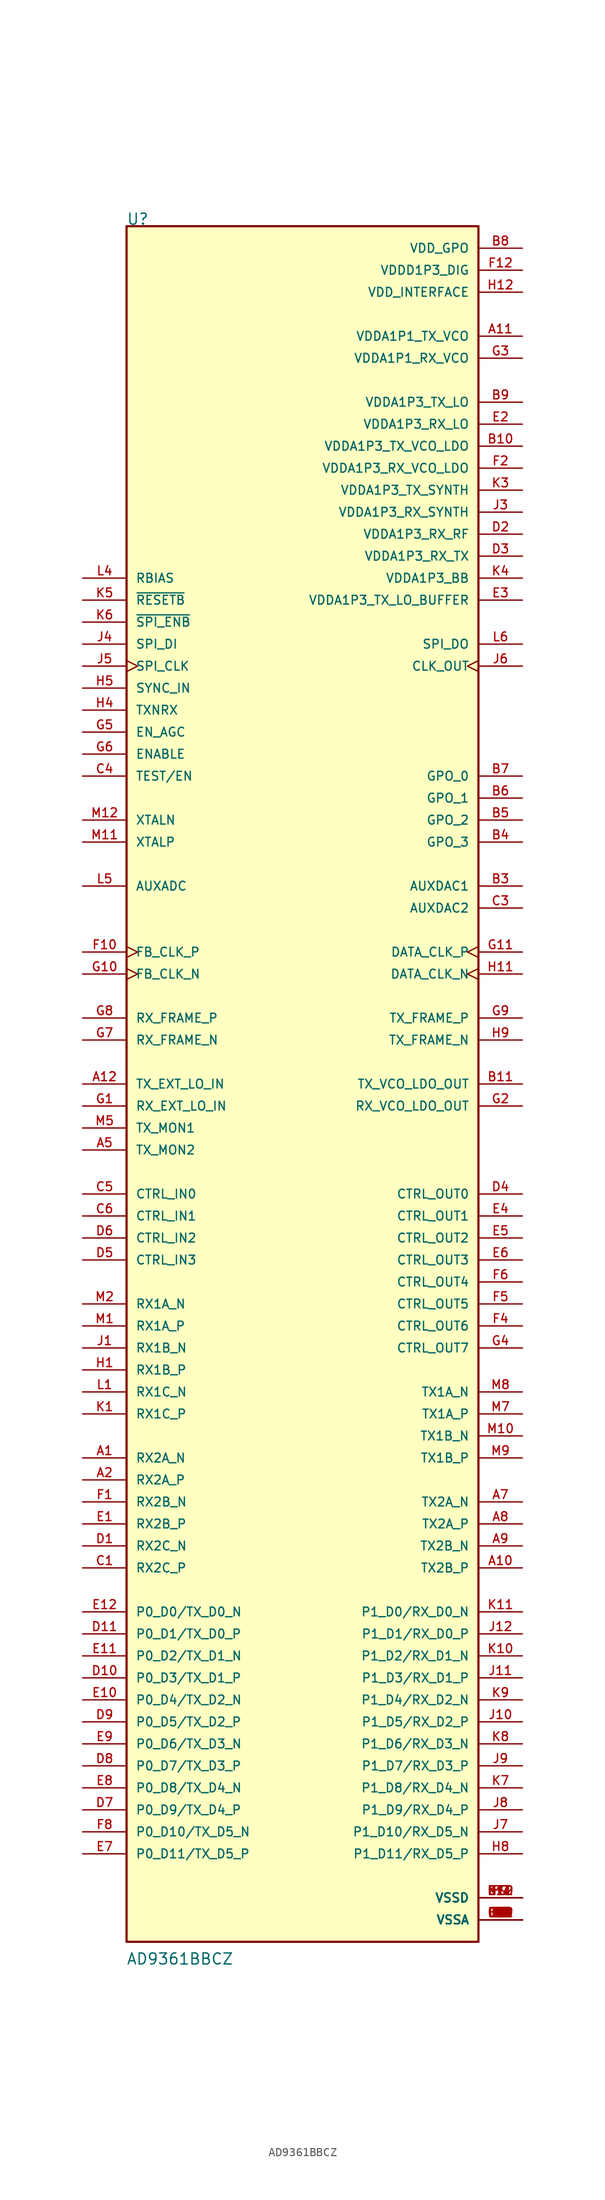
<source format=kicad_sym>
(kicad_symbol_lib
  (version 20211014)
  (generator kicad_symbol_editor)
  (symbol "AD9361BBCZ"
    (pin_names
      (offset 1.016))
    (property "Reference" "U"
      (at -20.335 99.135 0)
      (effects (font (size 1.27 1.27)) (justify bottom left)))
    (property "Value" "AD9361BBCZ"
      (at -20.356 -101.78 0)
      (effects (font (size 1.27 1.27)) (justify bottom left)))
    (symbol "AD9361BBCZ_0_0"
      (rectangle (start -20.32 -99.06) (end 20.32 99.06) (stroke (width 0.254)) (fill (type background)))
      (pin input line (at -25.4 -43.18 0) (length 5.08) (name "RX2A_N" (effects (font (size 1.016 1.016)))) (number "A1" (effects (font (size 1.016 1.016)))))
      (pin input line (at -25.4 -45.72 0) (length 5.08) (name "RX2A_P" (effects (font (size 1.016 1.016)))) (number "A2" (effects (font (size 1.016 1.016)))))
      (pin power_in line (at 25.4 -96.52 180.0) (length 5.08) (name "VSSA" (effects (font (size 1.016 1.016)))) (number "A4" (effects (font (size 1.016 1.016)))))
      (pin power_in line (at 25.4 -96.52 180.0) (length 5.08) (name "VSSA" (effects (font (size 1.016 1.016)))) (number "A6" (effects (font (size 1.016 1.016)))))
      (pin power_in line (at 25.4 -96.52 180.0) (length 5.08) (name "VSSA" (effects (font (size 1.016 1.016)))) (number "B1" (effects (font (size 1.016 1.016)))))
      (pin power_in line (at 25.4 -96.52 180.0) (length 5.08) (name "VSSA" (effects (font (size 1.016 1.016)))) (number "B2" (effects (font (size 1.016 1.016)))))
      (pin power_in line (at 25.4 -96.52 180.0) (length 5.08) (name "VSSA" (effects (font (size 1.016 1.016)))) (number "B12" (effects (font (size 1.016 1.016)))))
      (pin power_in line (at 25.4 -96.52 180.0) (length 5.08) (name "VSSA" (effects (font (size 1.016 1.016)))) (number "C2" (effects (font (size 1.016 1.016)))))
      (pin power_in line (at 25.4 -96.52 180.0) (length 5.08) (name "VSSA" (effects (font (size 1.016 1.016)))) (number "C7" (effects (font (size 1.016 1.016)))))
      (pin power_in line (at 25.4 -96.52 180.0) (length 5.08) (name "VSSA" (effects (font (size 1.016 1.016)))) (number "C8" (effects (font (size 1.016 1.016)))))
      (pin power_in line (at 25.4 -96.52 180.0) (length 5.08) (name "VSSA" (effects (font (size 1.016 1.016)))) (number "C9" (effects (font (size 1.016 1.016)))))
      (pin power_in line (at 25.4 -96.52 180.0) (length 5.08) (name "VSSA" (effects (font (size 1.016 1.016)))) (number "C10" (effects (font (size 1.016 1.016)))))
      (pin power_in line (at 25.4 -96.52 180.0) (length 5.08) (name "VSSA" (effects (font (size 1.016 1.016)))) (number "C11" (effects (font (size 1.016 1.016)))))
      (pin power_in line (at 25.4 -96.52 180.0) (length 5.08) (name "VSSA" (effects (font (size 1.016 1.016)))) (number "C12" (effects (font (size 1.016 1.016)))))
      (pin power_in line (at 25.4 -96.52 180.0) (length 5.08) (name "VSSA" (effects (font (size 1.016 1.016)))) (number "F3" (effects (font (size 1.016 1.016)))))
      (pin power_in line (at 25.4 -96.52 180.0) (length 5.08) (name "VSSA" (effects (font (size 1.016 1.016)))) (number "H2" (effects (font (size 1.016 1.016)))))
      (pin power_in line (at 25.4 -96.52 180.0) (length 5.08) (name "VSSA" (effects (font (size 1.016 1.016)))) (number "H3" (effects (font (size 1.016 1.016)))))
      (pin power_in line (at 25.4 -96.52 180.0) (length 5.08) (name "VSSA" (effects (font (size 1.016 1.016)))) (number "H6" (effects (font (size 1.016 1.016)))))
      (pin power_in line (at 25.4 -96.52 180.0) (length 5.08) (name "VSSA" (effects (font (size 1.016 1.016)))) (number "J2" (effects (font (size 1.016 1.016)))))
      (pin power_in line (at 25.4 -96.52 180.0) (length 5.08) (name "VSSA" (effects (font (size 1.016 1.016)))) (number "K2" (effects (font (size 1.016 1.016)))))
      (pin power_in line (at 25.4 -96.52 180.0) (length 5.08) (name "VSSA" (effects (font (size 1.016 1.016)))) (number "L2" (effects (font (size 1.016 1.016)))))
      (pin power_in line (at 25.4 -96.52 180.0) (length 5.08) (name "VSSA" (effects (font (size 1.016 1.016)))) (number "L3" (effects (font (size 1.016 1.016)))))
      (pin power_in line (at 25.4 -96.52 180.0) (length 5.08) (name "VSSA" (effects (font (size 1.016 1.016)))) (number "L7" (effects (font (size 1.016 1.016)))))
      (pin power_in line (at 25.4 -96.52 180.0) (length 5.08) (name "VSSA" (effects (font (size 1.016 1.016)))) (number "L8" (effects (font (size 1.016 1.016)))))
      (pin power_in line (at 25.4 -96.52 180.0) (length 5.08) (name "VSSA" (effects (font (size 1.016 1.016)))) (number "L9" (effects (font (size 1.016 1.016)))))
      (pin power_in line (at 25.4 -96.52 180.0) (length 5.08) (name "VSSA" (effects (font (size 1.016 1.016)))) (number "L10" (effects (font (size 1.016 1.016)))))
      (pin power_in line (at 25.4 -96.52 180.0) (length 5.08) (name "VSSA" (effects (font (size 1.016 1.016)))) (number "L11" (effects (font (size 1.016 1.016)))))
      (pin power_in line (at 25.4 -96.52 180.0) (length 5.08) (name "VSSA" (effects (font (size 1.016 1.016)))) (number "L12" (effects (font (size 1.016 1.016)))))
      (pin power_in line (at 25.4 -96.52 180.0) (length 5.08) (name "VSSA" (effects (font (size 1.016 1.016)))) (number "M4" (effects (font (size 1.016 1.016)))))
      (pin power_in line (at 25.4 -96.52 180.0) (length 5.08) (name "VSSA" (effects (font (size 1.016 1.016)))) (number "M6" (effects (font (size 1.016 1.016)))))
      (pin input line (at -25.4 -7.62 0) (length 5.08) (name "TX_MON2" (effects (font (size 1.016 1.016)))) (number "A5" (effects (font (size 1.016 1.016)))))
      (pin output line (at 25.4 -48.26 180.0) (length 5.08) (name "TX2A_N" (effects (font (size 1.016 1.016)))) (number "A7" (effects (font (size 1.016 1.016)))))
      (pin output line (at 25.4 -50.8 180.0) (length 5.08) (name "TX2A_P" (effects (font (size 1.016 1.016)))) (number "A8" (effects (font (size 1.016 1.016)))))
      (pin output line (at 25.4 -53.34 180.0) (length 5.08) (name "TX2B_N" (effects (font (size 1.016 1.016)))) (number "A9" (effects (font (size 1.016 1.016)))))
      (pin output line (at 25.4 -55.88 180.0) (length 5.08) (name "TX2B_P" (effects (font (size 1.016 1.016)))) (number "A10" (effects (font (size 1.016 1.016)))))
      (pin power_in line (at 25.4 86.36 180.0) (length 5.08) (name "VDDA1P1_TX_VCO" (effects (font (size 1.016 1.016)))) (number "A11" (effects (font (size 1.016 1.016)))))
      (pin input line (at -25.4 0.0 0) (length 5.08) (name "TX_EXT_LO_IN" (effects (font (size 1.016 1.016)))) (number "A12" (effects (font (size 1.016 1.016)))))
      (pin output line (at 25.4 22.86 180.0) (length 5.08) (name "AUXDAC1" (effects (font (size 1.016 1.016)))) (number "B3" (effects (font (size 1.016 1.016)))))
      (pin output line (at 25.4 35.56 180.0) (length 5.08) (name "GPO_0" (effects (font (size 1.016 1.016)))) (number "B7" (effects (font (size 1.016 1.016)))))
      (pin output line (at 25.4 33.02 180.0) (length 5.08) (name "GPO_1" (effects (font (size 1.016 1.016)))) (number "B6" (effects (font (size 1.016 1.016)))))
      (pin output line (at 25.4 30.48 180.0) (length 5.08) (name "GPO_2" (effects (font (size 1.016 1.016)))) (number "B5" (effects (font (size 1.016 1.016)))))
      (pin output line (at 25.4 27.94 180.0) (length 5.08) (name "GPO_3" (effects (font (size 1.016 1.016)))) (number "B4" (effects (font (size 1.016 1.016)))))
      (pin power_in line (at 25.4 96.52 180.0) (length 5.08) (name "VDD_GPO" (effects (font (size 1.016 1.016)))) (number "B8" (effects (font (size 1.016 1.016)))))
      (pin power_in line (at 25.4 78.74 180.0) (length 5.08) (name "VDDA1P3_TX_LO" (effects (font (size 1.016 1.016)))) (number "B9" (effects (font (size 1.016 1.016)))))
      (pin power_in line (at 25.4 73.66 180.0) (length 5.08) (name "VDDA1P3_TX_VCO_LDO" (effects (font (size 1.016 1.016)))) (number "B10" (effects (font (size 1.016 1.016)))))
      (pin output line (at 25.4 0.0 180.0) (length 5.08) (name "TX_VCO_LDO_OUT" (effects (font (size 1.016 1.016)))) (number "B11" (effects (font (size 1.016 1.016)))))
      (pin input line (at -25.4 -55.88 0) (length 5.08) (name "RX2C_P" (effects (font (size 1.016 1.016)))) (number "C1" (effects (font (size 1.016 1.016)))))
      (pin input line (at -25.4 -53.34 0) (length 5.08) (name "RX2C_N" (effects (font (size 1.016 1.016)))) (number "D1" (effects (font (size 1.016 1.016)))))
      (pin output line (at 25.4 20.32 180.0) (length 5.08) (name "AUXDAC2" (effects (font (size 1.016 1.016)))) (number "C3" (effects (font (size 1.016 1.016)))))
      (pin input line (at -25.4 35.56 0) (length 5.08) (name "TEST/EN" (effects (font (size 1.016 1.016)))) (number "C4" (effects (font (size 1.016 1.016)))))
      (pin input line (at -25.4 -12.7 0) (length 5.08) (name "CTRL_IN0" (effects (font (size 1.016 1.016)))) (number "C5" (effects (font (size 1.016 1.016)))))
      (pin input line (at -25.4 -15.24 0) (length 5.08) (name "CTRL_IN1" (effects (font (size 1.016 1.016)))) (number "C6" (effects (font (size 1.016 1.016)))))
      (pin input line (at -25.4 -17.78 0) (length 5.08) (name "CTRL_IN2" (effects (font (size 1.016 1.016)))) (number "D6" (effects (font (size 1.016 1.016)))))
      (pin input line (at -25.4 -20.32 0) (length 5.08) (name "CTRL_IN3" (effects (font (size 1.016 1.016)))) (number "D5" (effects (font (size 1.016 1.016)))))
      (pin power_in line (at 25.4 63.5 180.0) (length 5.08) (name "VDDA1P3_RX_RF" (effects (font (size 1.016 1.016)))) (number "D2" (effects (font (size 1.016 1.016)))))
      (pin power_in line (at 25.4 60.96 180.0) (length 5.08) (name "VDDA1P3_RX_TX" (effects (font (size 1.016 1.016)))) (number "D3" (effects (font (size 1.016 1.016)))))
      (pin output line (at 25.4 -12.7 180.0) (length 5.08) (name "CTRL_OUT0" (effects (font (size 1.016 1.016)))) (number "D4" (effects (font (size 1.016 1.016)))))
      (pin output line (at 25.4 -15.24 180.0) (length 5.08) (name "CTRL_OUT1" (effects (font (size 1.016 1.016)))) (number "E4" (effects (font (size 1.016 1.016)))))
      (pin output line (at 25.4 -17.78 180.0) (length 5.08) (name "CTRL_OUT2" (effects (font (size 1.016 1.016)))) (number "E5" (effects (font (size 1.016 1.016)))))
      (pin output line (at 25.4 -20.32 180.0) (length 5.08) (name "CTRL_OUT3" (effects (font (size 1.016 1.016)))) (number "E6" (effects (font (size 1.016 1.016)))))
      (pin output line (at 25.4 -22.86 180.0) (length 5.08) (name "CTRL_OUT4" (effects (font (size 1.016 1.016)))) (number "F6" (effects (font (size 1.016 1.016)))))
      (pin output line (at 25.4 -25.4 180.0) (length 5.08) (name "CTRL_OUT5" (effects (font (size 1.016 1.016)))) (number "F5" (effects (font (size 1.016 1.016)))))
      (pin output line (at 25.4 -27.94 180.0) (length 5.08) (name "CTRL_OUT6" (effects (font (size 1.016 1.016)))) (number "F4" (effects (font (size 1.016 1.016)))))
      (pin output line (at 25.4 -30.48 180.0) (length 5.08) (name "CTRL_OUT7" (effects (font (size 1.016 1.016)))) (number "G4" (effects (font (size 1.016 1.016)))))
      (pin bidirectional line (at -25.4 -78.74 0) (length 5.08) (name "P0_D7/TX_D3_P" (effects (font (size 1.016 1.016)))) (number "D8" (effects (font (size 1.016 1.016)))))
      (pin bidirectional line (at -25.4 -83.82 0) (length 5.08) (name "P0_D9/TX_D4_P" (effects (font (size 1.016 1.016)))) (number "D7" (effects (font (size 1.016 1.016)))))
      (pin bidirectional line (at -25.4 -73.66 0) (length 5.08) (name "P0_D5/TX_D2_P" (effects (font (size 1.016 1.016)))) (number "D9" (effects (font (size 1.016 1.016)))))
      (pin bidirectional line (at -25.4 -68.58 0) (length 5.08) (name "P0_D3/TX_D1_P" (effects (font (size 1.016 1.016)))) (number "D10" (effects (font (size 1.016 1.016)))))
      (pin bidirectional line (at -25.4 -63.5 0) (length 5.08) (name "P0_D1/TX_D0_P" (effects (font (size 1.016 1.016)))) (number "D11" (effects (font (size 1.016 1.016)))))
      (pin power_in line (at 25.4 -93.98 180.0) (length 5.08) (name "VSSD" (effects (font (size 1.016 1.016)))) (number "D12" (effects (font (size 1.016 1.016)))))
      (pin power_in line (at 25.4 -93.98 180.0) (length 5.08) (name "VSSD" (effects (font (size 1.016 1.016)))) (number "F7" (effects (font (size 1.016 1.016)))))
      (pin power_in line (at 25.4 -93.98 180.0) (length 5.08) (name "VSSD" (effects (font (size 1.016 1.016)))) (number "F9" (effects (font (size 1.016 1.016)))))
      (pin power_in line (at 25.4 -93.98 180.0) (length 5.08) (name "VSSD" (effects (font (size 1.016 1.016)))) (number "F11" (effects (font (size 1.016 1.016)))))
      (pin power_in line (at 25.4 -93.98 180.0) (length 5.08) (name "VSSD" (effects (font (size 1.016 1.016)))) (number "G12" (effects (font (size 1.016 1.016)))))
      (pin power_in line (at 25.4 -93.98 180.0) (length 5.08) (name "VSSD" (effects (font (size 1.016 1.016)))) (number "H7" (effects (font (size 1.016 1.016)))))
      (pin power_in line (at 25.4 -93.98 180.0) (length 5.08) (name "VSSD" (effects (font (size 1.016 1.016)))) (number "H10" (effects (font (size 1.016 1.016)))))
      (pin power_in line (at 25.4 -93.98 180.0) (length 5.08) (name "VSSD" (effects (font (size 1.016 1.016)))) (number "K12" (effects (font (size 1.016 1.016)))))
      (pin input line (at -25.4 -48.26 0) (length 5.08) (name "RX2B_N" (effects (font (size 1.016 1.016)))) (number "F1" (effects (font (size 1.016 1.016)))))
      (pin input line (at -25.4 -50.8 0) (length 5.08) (name "RX2B_P" (effects (font (size 1.016 1.016)))) (number "E1" (effects (font (size 1.016 1.016)))))
      (pin power_in line (at 25.4 76.2 180.0) (length 5.08) (name "VDDA1P3_RX_LO" (effects (font (size 1.016 1.016)))) (number "E2" (effects (font (size 1.016 1.016)))))
      (pin power_in line (at 25.4 55.88 180.0) (length 5.08) (name "VDDA1P3_TX_LO_BUFFER" (effects (font (size 1.016 1.016)))) (number "E3" (effects (font (size 1.016 1.016)))))
      (pin bidirectional line (at -25.4 -88.9 0) (length 5.08) (name "P0_D11/TX_D5_P" (effects (font (size 1.016 1.016)))) (number "E7" (effects (font (size 1.016 1.016)))))
      (pin bidirectional line (at -25.4 -81.28 0) (length 5.08) (name "P0_D8/TX_D4_N" (effects (font (size 1.016 1.016)))) (number "E8" (effects (font (size 1.016 1.016)))))
      (pin bidirectional line (at -25.4 -76.2 0) (length 5.08) (name "P0_D6/TX_D3_N" (effects (font (size 1.016 1.016)))) (number "E9" (effects (font (size 1.016 1.016)))))
      (pin bidirectional line (at -25.4 -71.12 0) (length 5.08) (name "P0_D4/TX_D2_N" (effects (font (size 1.016 1.016)))) (number "E10" (effects (font (size 1.016 1.016)))))
      (pin bidirectional line (at -25.4 -66.04 0) (length 5.08) (name "P0_D2/TX_D1_N" (effects (font (size 1.016 1.016)))) (number "E11" (effects (font (size 1.016 1.016)))))
      (pin bidirectional line (at -25.4 -60.96 0) (length 5.08) (name "P0_D0/TX_D0_N" (effects (font (size 1.016 1.016)))) (number "E12" (effects (font (size 1.016 1.016)))))
      (pin power_in line (at 25.4 71.12 180.0) (length 5.08) (name "VDDA1P3_RX_VCO_LDO" (effects (font (size 1.016 1.016)))) (number "F2" (effects (font (size 1.016 1.016)))))
      (pin bidirectional line (at -25.4 -86.36 0) (length 5.08) (name "P0_D10/TX_D5_N" (effects (font (size 1.016 1.016)))) (number "F8" (effects (font (size 1.016 1.016)))))
      (pin input clock (at -25.4 15.24 0) (length 5.08) (name "FB_CLK_P" (effects (font (size 1.016 1.016)))) (number "F10" (effects (font (size 1.016 1.016)))))
      (pin input clock (at -25.4 12.7 0) (length 5.08) (name "FB_CLK_N" (effects (font (size 1.016 1.016)))) (number "G10" (effects (font (size 1.016 1.016)))))
      (pin power_in line (at 25.4 93.98 180.0) (length 5.08) (name "VDDD1P3_DIG" (effects (font (size 1.016 1.016)))) (number "F12" (effects (font (size 1.016 1.016)))))
      (pin input line (at -25.4 -2.54 0) (length 5.08) (name "RX_EXT_LO_IN" (effects (font (size 1.016 1.016)))) (number "G1" (effects (font (size 1.016 1.016)))))
      (pin output line (at 25.4 -2.54 180.0) (length 5.08) (name "RX_VCO_LDO_OUT" (effects (font (size 1.016 1.016)))) (number "G2" (effects (font (size 1.016 1.016)))))
      (pin power_in line (at 25.4 83.82 180.0) (length 5.08) (name "VDDA1P1_RX_VCO" (effects (font (size 1.016 1.016)))) (number "G3" (effects (font (size 1.016 1.016)))))
      (pin input line (at -25.4 40.64 0) (length 5.08) (name "EN_AGC" (effects (font (size 1.016 1.016)))) (number "G5" (effects (font (size 1.016 1.016)))))
      (pin input line (at -25.4 38.1 0) (length 5.08) (name "ENABLE" (effects (font (size 1.016 1.016)))) (number "G6" (effects (font (size 1.016 1.016)))))
      (pin input line (at -25.4 5.08 0) (length 5.08) (name "RX_FRAME_N" (effects (font (size 1.016 1.016)))) (number "G7" (effects (font (size 1.016 1.016)))))
      (pin input line (at -25.4 7.62 0) (length 5.08) (name "RX_FRAME_P" (effects (font (size 1.016 1.016)))) (number "G8" (effects (font (size 1.016 1.016)))))
      (pin output line (at 25.4 5.08 180.0) (length 5.08) (name "TX_FRAME_N" (effects (font (size 1.016 1.016)))) (number "H9" (effects (font (size 1.016 1.016)))))
      (pin output line (at 25.4 7.62 180.0) (length 5.08) (name "TX_FRAME_P" (effects (font (size 1.016 1.016)))) (number "G9" (effects (font (size 1.016 1.016)))))
      (pin output clock (at 25.4 12.7 180.0) (length 5.08) (name "DATA_CLK_N" (effects (font (size 1.016 1.016)))) (number "H11" (effects (font (size 1.016 1.016)))))
      (pin output clock (at 25.4 15.24 180.0) (length 5.08) (name "DATA_CLK_P" (effects (font (size 1.016 1.016)))) (number "G11" (effects (font (size 1.016 1.016)))))
      (pin input line (at -25.4 -30.48 0) (length 5.08) (name "RX1B_N" (effects (font (size 1.016 1.016)))) (number "J1" (effects (font (size 1.016 1.016)))))
      (pin input line (at -25.4 -33.02 0) (length 5.08) (name "RX1B_P" (effects (font (size 1.016 1.016)))) (number "H1" (effects (font (size 1.016 1.016)))))
      (pin input line (at -25.4 43.18 0) (length 5.08) (name "TXNRX" (effects (font (size 1.016 1.016)))) (number "H4" (effects (font (size 1.016 1.016)))))
      (pin input line (at -25.4 45.72 0) (length 5.08) (name "SYNC_IN" (effects (font (size 1.016 1.016)))) (number "H5" (effects (font (size 1.016 1.016)))))
      (pin bidirectional line (at 25.4 -88.9 180.0) (length 5.08) (name "P1_D11/RX_D5_P" (effects (font (size 1.016 1.016)))) (number "H8" (effects (font (size 1.016 1.016)))))
      (pin power_in line (at 25.4 91.44 180.0) (length 5.08) (name "VDD_INTERFACE" (effects (font (size 1.016 1.016)))) (number "H12" (effects (font (size 1.016 1.016)))))
      (pin power_in line (at 25.4 66.04 180.0) (length 5.08) (name "VDDA1P3_RX_SYNTH" (effects (font (size 1.016 1.016)))) (number "J3" (effects (font (size 1.016 1.016)))))
      (pin input line (at -25.4 50.8 0) (length 5.08) (name "SPI_DI" (effects (font (size 1.016 1.016)))) (number "J4" (effects (font (size 1.016 1.016)))))
      (pin input clock (at -25.4 48.26 0) (length 5.08) (name "SPI_CLK" (effects (font (size 1.016 1.016)))) (number "J5" (effects (font (size 1.016 1.016)))))
      (pin output clock (at 25.4 48.26 180.0) (length 5.08) (name "CLK_OUT" (effects (font (size 1.016 1.016)))) (number "J6" (effects (font (size 1.016 1.016)))))
      (pin bidirectional line (at 25.4 -86.36 180.0) (length 5.08) (name "P1_D10/RX_D5_N" (effects (font (size 1.016 1.016)))) (number "J7" (effects (font (size 1.016 1.016)))))
      (pin bidirectional line (at 25.4 -83.82 180.0) (length 5.08) (name "P1_D9/RX_D4_P" (effects (font (size 1.016 1.016)))) (number "J8" (effects (font (size 1.016 1.016)))))
      (pin bidirectional line (at 25.4 -78.74 180.0) (length 5.08) (name "P1_D7/RX_D3_P" (effects (font (size 1.016 1.016)))) (number "J9" (effects (font (size 1.016 1.016)))))
      (pin bidirectional line (at 25.4 -73.66 180.0) (length 5.08) (name "P1_D5/RX_D2_P" (effects (font (size 1.016 1.016)))) (number "J10" (effects (font (size 1.016 1.016)))))
      (pin bidirectional line (at 25.4 -68.58 180.0) (length 5.08) (name "P1_D3/RX_D1_P" (effects (font (size 1.016 1.016)))) (number "J11" (effects (font (size 1.016 1.016)))))
      (pin bidirectional line (at 25.4 -63.5 180.0) (length 5.08) (name "P1_D1/RX_D0_P" (effects (font (size 1.016 1.016)))) (number "J12" (effects (font (size 1.016 1.016)))))
      (pin input line (at -25.4 -35.56 0) (length 5.08) (name "RX1C_N" (effects (font (size 1.016 1.016)))) (number "L1" (effects (font (size 1.016 1.016)))))
      (pin input line (at -25.4 -38.1 0) (length 5.08) (name "RX1C_P" (effects (font (size 1.016 1.016)))) (number "K1" (effects (font (size 1.016 1.016)))))
      (pin power_in line (at 25.4 68.58 180.0) (length 5.08) (name "VDDA1P3_TX_SYNTH" (effects (font (size 1.016 1.016)))) (number "K3" (effects (font (size 1.016 1.016)))))
      (pin power_in line (at 25.4 58.42 180.0) (length 5.08) (name "VDDA1P3_BB" (effects (font (size 1.016 1.016)))) (number "K4" (effects (font (size 1.016 1.016)))))
      (pin input line (at -25.4 55.88 0) (length 5.08) (name "~{RESETB}" (effects (font (size 1.016 1.016)))) (number "K5" (effects (font (size 1.016 1.016)))))
      (pin input line (at -25.4 53.34 0) (length 5.08) (name "~{SPI_ENB}" (effects (font (size 1.016 1.016)))) (number "K6" (effects (font (size 1.016 1.016)))))
      (pin bidirectional line (at 25.4 -81.28 180.0) (length 5.08) (name "P1_D8/RX_D4_N" (effects (font (size 1.016 1.016)))) (number "K7" (effects (font (size 1.016 1.016)))))
      (pin bidirectional line (at 25.4 -76.2 180.0) (length 5.08) (name "P1_D6/RX_D3_N" (effects (font (size 1.016 1.016)))) (number "K8" (effects (font (size 1.016 1.016)))))
      (pin bidirectional line (at 25.4 -71.12 180.0) (length 5.08) (name "P1_D4/RX_D2_N" (effects (font (size 1.016 1.016)))) (number "K9" (effects (font (size 1.016 1.016)))))
      (pin bidirectional line (at 25.4 -66.04 180.0) (length 5.08) (name "P1_D2/RX_D1_N" (effects (font (size 1.016 1.016)))) (number "K10" (effects (font (size 1.016 1.016)))))
      (pin bidirectional line (at 25.4 -60.96 180.0) (length 5.08) (name "P1_D0/RX_D0_N" (effects (font (size 1.016 1.016)))) (number "K11" (effects (font (size 1.016 1.016)))))
      (pin input line (at -25.4 58.42 0) (length 5.08) (name "RBIAS" (effects (font (size 1.016 1.016)))) (number "L4" (effects (font (size 1.016 1.016)))))
      (pin input line (at -25.4 22.86 0) (length 5.08) (name "AUXADC" (effects (font (size 1.016 1.016)))) (number "L5" (effects (font (size 1.016 1.016)))))
      (pin output line (at 25.4 50.8 180.0) (length 5.08) (name "SPI_DO" (effects (font (size 1.016 1.016)))) (number "L6" (effects (font (size 1.016 1.016)))))
      (pin input line (at -25.4 -25.4 0) (length 5.08) (name "RX1A_N" (effects (font (size 1.016 1.016)))) (number "M2" (effects (font (size 1.016 1.016)))))
      (pin input line (at -25.4 -27.94 0) (length 5.08) (name "RX1A_P" (effects (font (size 1.016 1.016)))) (number "M1" (effects (font (size 1.016 1.016)))))
      (pin input line (at -25.4 -5.08 0) (length 5.08) (name "TX_MON1" (effects (font (size 1.016 1.016)))) (number "M5" (effects (font (size 1.016 1.016)))))
      (pin output line (at 25.4 -35.56 180.0) (length 5.08) (name "TX1A_N" (effects (font (size 1.016 1.016)))) (number "M8" (effects (font (size 1.016 1.016)))))
      (pin output line (at 25.4 -38.1 180.0) (length 5.08) (name "TX1A_P" (effects (font (size 1.016 1.016)))) (number "M7" (effects (font (size 1.016 1.016)))))
      (pin output line (at 25.4 -40.64 180.0) (length 5.08) (name "TX1B_N" (effects (font (size 1.016 1.016)))) (number "M10" (effects (font (size 1.016 1.016)))))
      (pin output line (at 25.4 -43.18 180.0) (length 5.08) (name "TX1B_P" (effects (font (size 1.016 1.016)))) (number "M9" (effects (font (size 1.016 1.016)))))
      (pin input line (at -25.4 30.48 0) (length 5.08) (name "XTALN" (effects (font (size 1.016 1.016)))) (number "M12" (effects (font (size 1.016 1.016)))))
      (pin input line (at -25.4 27.94 0) (length 5.08) (name "XTALP" (effects (font (size 1.016 1.016)))) (number "M11" (effects (font (size 1.016 1.016))))))))
</source>
